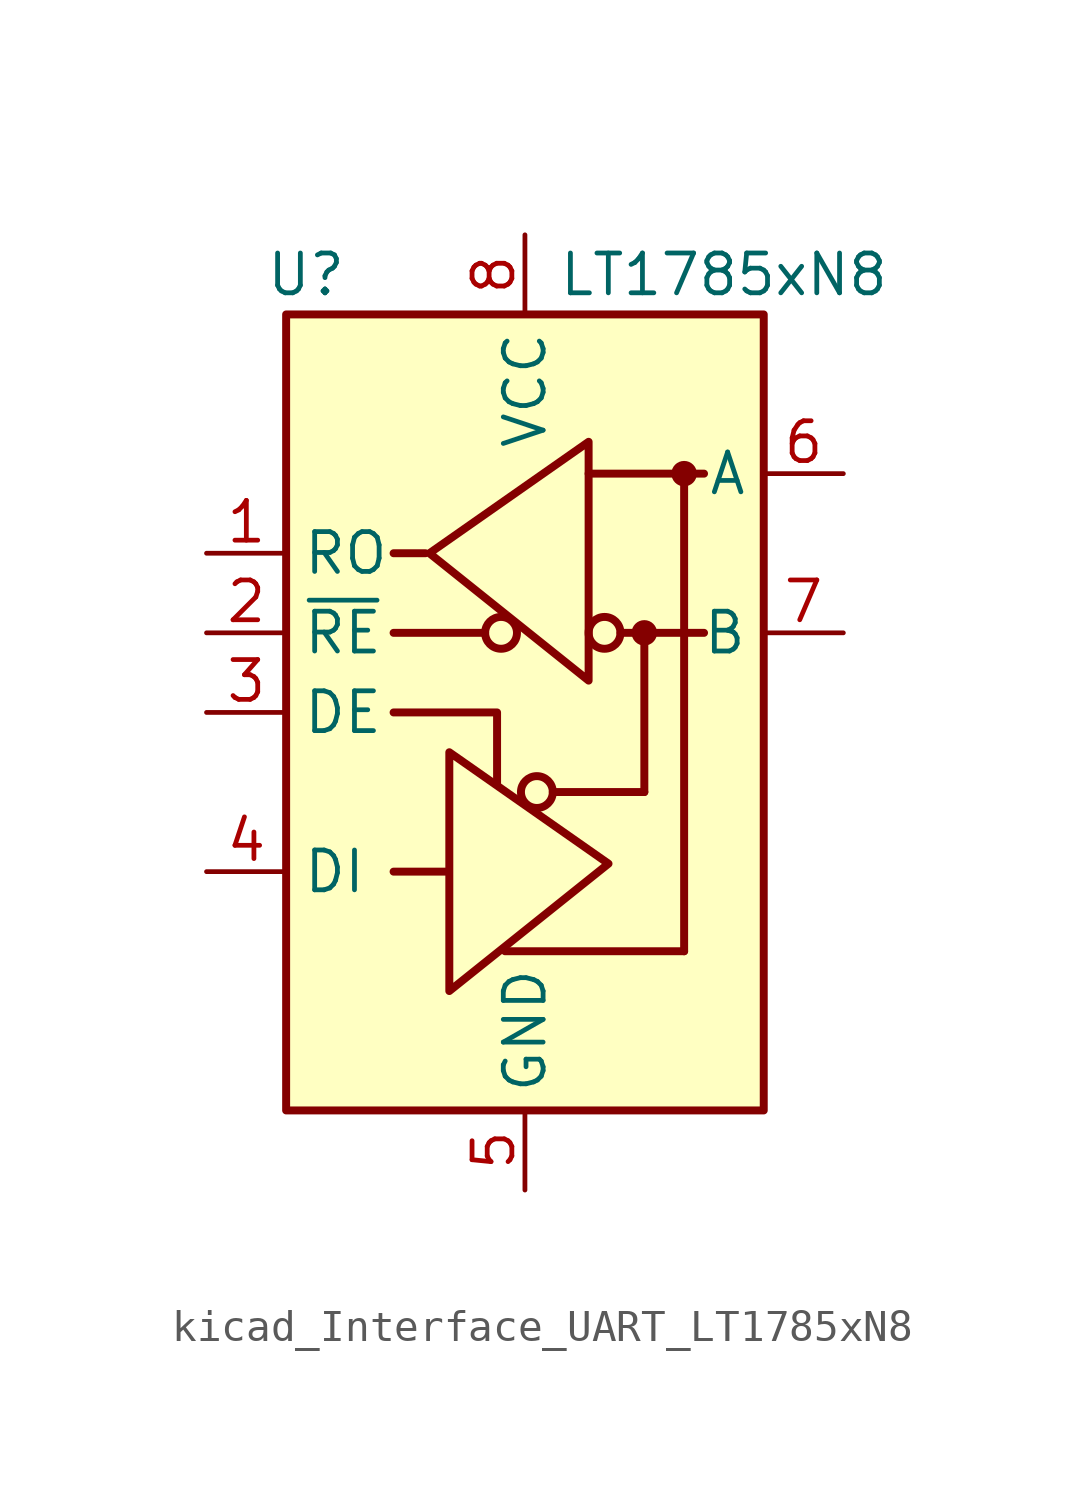
<source format=kicad_sym>
(kicad_symbol_lib
  (version 20220914)
  (generator kicad_symbol_editor)
  (symbol "kicad_Interface_UART_LT1785xN8"
    (property "Reference" "U"
      (at -6.985 13.97 0)
      (effects (font (size 1.27 1.27))))
    (property "Value" "LT1785xN8"
      (at 6.35 13.97 0)
      (effects (font (size 1.27 1.27))))
    (symbol "kicad_Interface_UART_LT1785xN8_0_1"
      (rectangle (start -7.62 12.7) (end 7.62 -12.7) (stroke (width 0.254) (type default)) (fill (type background))))
    (symbol "kicad_Interface_UART_LT1785xN8_1_1"
      (circle (center -0.762 2.54) (radius 0.508) (stroke (width 0.254) (type default)) (fill (type none)))
      (polyline (pts (xy -4.191 2.54) (xy -1.27 2.54)) (stroke (width 0.254) (type default)) (fill (type none)))
      (polyline (pts (xy -2.54 -5.08) (xy -4.191 -5.08)) (stroke (width 0.254) (type default)) (fill (type none)))
      (polyline (pts (xy -0.635 -7.62) (xy 5.08 -7.62)) (stroke (width 0.254) (type default)) (fill (type none)))
      (polyline (pts (xy 0.889 -2.54) (xy 3.81 -2.54)) (stroke (width 0.254) (type default)) (fill (type none)))
      (polyline (pts (xy 2.032 7.62) (xy 5.715 7.62)) (stroke (width 0.254) (type default)) (fill (type none)))
      (polyline (pts (xy 3.048 2.54) (xy 5.715 2.54)) (stroke (width 0.254) (type default)) (fill (type none)))
      (polyline (pts (xy 3.81 -2.54) (xy 3.81 2.54)) (stroke (width 0.254) (type default)) (fill (type none)))
      (polyline (pts (xy 5.08 -7.62) (xy 5.08 7.62)) (stroke (width 0.254) (type default)) (fill (type none)))
      (polyline (pts (xy -4.191 0) (xy -0.889 0) (xy -0.889 -2.286)) (stroke (width 0.254) (type default)) (fill (type none)))
      (polyline (pts (xy -3.175 5.08) (xy -4.191 5.08) (xy -4.064 5.08)) (stroke (width 0.254) (type default)) (fill (type none)))
      (polyline (pts (xy -2.413 -5.08) (xy -2.413 -1.27) (xy 2.667 -4.826) (xy -2.413 -8.89) (xy -2.413 -5.08)) (stroke (width 0.254) (type default)) (fill (type none)))
      (polyline (pts (xy 2.032 4.826) (xy 2.032 8.636) (xy -3.048 5.08) (xy 2.032 1.016) (xy 2.032 4.826)) (stroke (width 0.254) (type default)) (fill (type none)))
      (circle (center 0.381 -2.54) (radius 0.508) (stroke (width 0.254) (type default)) (fill (type none)))
      (circle (center 2.54 2.54) (radius 0.508) (stroke (width 0.254) (type default)) (fill (type none)))
      (circle (center 3.81 2.54) (radius 0.279) (stroke (width 0.254) (type default)) (fill (type outline)))
      (circle (center 5.08 7.62) (radius 0.279) (stroke (width 0.254) (type default)) (fill (type outline)))
      (pin output line (at -10.16 5.08 0) (length 2.54) (name "RO" (effects (font (size 1.27 1.27)))) (number "1" (effects (font (size 1.27 1.27)))))
      (pin input line (at -10.16 2.54 0) (length 2.54) (name "~{RE}" (effects (font (size 1.27 1.27)))) (number "2" (effects (font (size 1.27 1.27)))))
      (pin input line (at -10.16 0 0) (length 2.54) (name "DE" (effects (font (size 1.27 1.27)))) (number "3" (effects (font (size 1.27 1.27)))))
      (pin input line (at -10.16 -5.08 0) (length 2.54) (name "DI" (effects (font (size 1.27 1.27)))) (number "4" (effects (font (size 1.27 1.27)))))
      (pin power_in line (at 0 -15.24 90) (length 2.54) (name "GND" (effects (font (size 1.27 1.27)))) (number "5" (effects (font (size 1.27 1.27)))))
      (pin bidirectional line (at 10.16 7.62 180) (length 2.54) (name "A" (effects (font (size 1.27 1.27)))) (number "6" (effects (font (size 1.27 1.27)))))
      (pin bidirectional line (at 10.16 2.54 180) (length 2.54) (name "B" (effects (font (size 1.27 1.27)))) (number "7" (effects (font (size 1.27 1.27)))))
      (pin power_in line (at 0 15.24 270) (length 2.54) (name "VCC" (effects (font (size 1.27 1.27)))) (number "8" (effects (font (size 1.27 1.27))))))))
</source>
